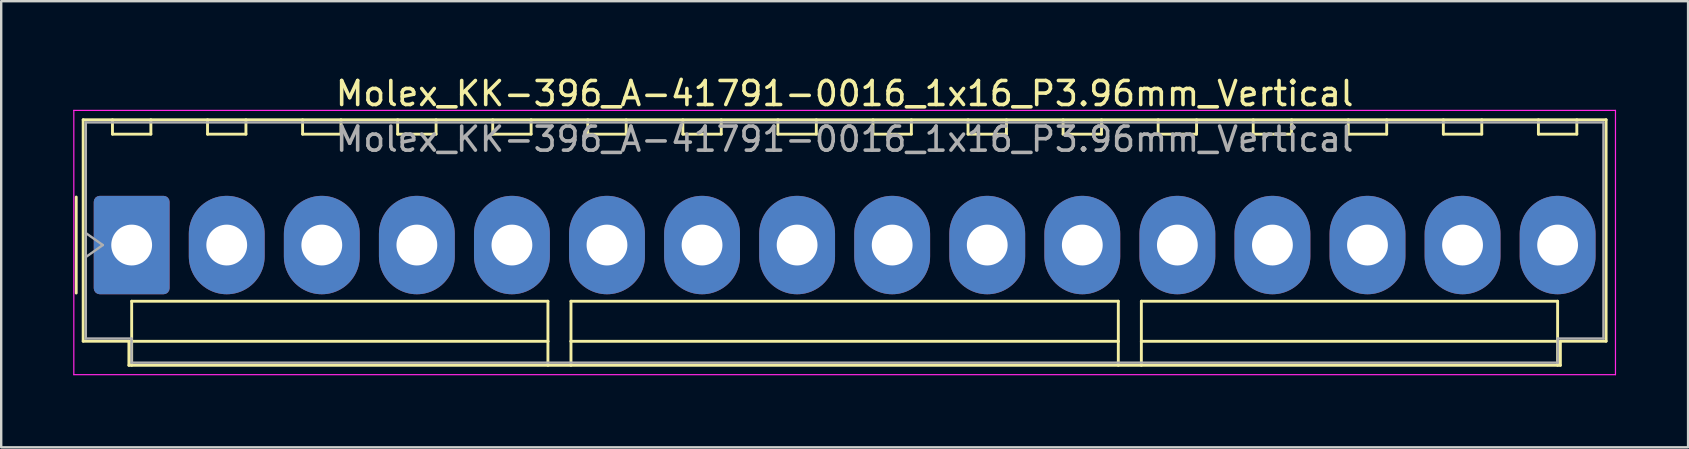
<source format=kicad_pcb>
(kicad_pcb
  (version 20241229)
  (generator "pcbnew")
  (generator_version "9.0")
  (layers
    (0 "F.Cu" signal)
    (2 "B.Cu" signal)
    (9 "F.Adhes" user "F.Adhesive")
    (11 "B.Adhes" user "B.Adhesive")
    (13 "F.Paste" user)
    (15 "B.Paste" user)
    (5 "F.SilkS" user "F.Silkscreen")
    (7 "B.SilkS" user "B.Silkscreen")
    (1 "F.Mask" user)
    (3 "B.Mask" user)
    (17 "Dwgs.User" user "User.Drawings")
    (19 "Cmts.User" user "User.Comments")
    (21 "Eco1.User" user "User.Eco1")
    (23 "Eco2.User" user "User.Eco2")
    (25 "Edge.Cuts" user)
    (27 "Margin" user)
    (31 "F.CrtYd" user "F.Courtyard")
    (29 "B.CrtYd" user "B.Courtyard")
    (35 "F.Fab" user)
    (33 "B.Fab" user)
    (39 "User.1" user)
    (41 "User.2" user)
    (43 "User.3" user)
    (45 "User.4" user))
  (footprint "Molex_KK-396_A-41791-0016_1x16_P3.96mm_Vertical"
    (layer "F.Cu")
    (at 2.435 7.158)
    (property "Reference" "Molex_KK-396_A-41791-0016_1x16_P3.96mm_Vertical" (at 29.7 -6.31 0) (layer "F.SilkS") (effects (font (size 1 1) (thickness 0.15))))
    (attr through_hole)
    (fp_line (start -2.31 -2) (end -2.31 2) (stroke (width 0.12) (type solid)) (layer "F.SilkS"))
    (fp_line (start -2.02 -5.22) (end 61.42 -5.22) (stroke (width 0.12) (type solid)) (layer "F.SilkS"))
    (fp_line (start -2.02 4.005) (end -2.02 -5.22) (stroke (width 0.12) (type solid)) (layer "F.SilkS"))
    (fp_line (start -0.8 -5.22) (end -0.8 -4.62) (stroke (width 0.12) (type solid)) (layer "F.SilkS"))
    (fp_line (start -0.8 -4.62) (end 0.8 -4.62) (stroke (width 0.12) (type solid)) (layer "F.SilkS"))
    (fp_line (start -0.115 4.005) (end -2.02 4.005) (stroke (width 0.12) (type solid)) (layer "F.SilkS"))
    (fp_line (start -0.115 5.01) (end -0.115 4.005) (stroke (width 0.12) (type solid)) (layer "F.SilkS"))
    (fp_line (start 0 2.34) (end 17.34 2.34) (stroke (width 0.12) (type solid)) (layer "F.SilkS"))
    (fp_line (start 0 4.01) (end 0 2.34) (stroke (width 0.12) (type solid)) (layer "F.SilkS"))
    (fp_line (start 0 4.01) (end 17.34 4.01) (stroke (width 0.12) (type solid)) (layer "F.SilkS"))
    (fp_line (start 0 5.01) (end 0 4.01) (stroke (width 0.12) (type solid)) (layer "F.SilkS"))
    (fp_line (start 0.8 -4.62) (end 0.8 -5.22) (stroke (width 0.12) (type solid)) (layer "F.SilkS"))
    (fp_line (start 3.16 -5.22) (end 3.16 -4.62) (stroke (width 0.12) (type solid)) (layer "F.SilkS"))
    (fp_line (start 3.16 -4.62) (end 4.76 -4.62) (stroke (width 0.12) (type solid)) (layer "F.SilkS"))
    (fp_line (start 4.76 -4.62) (end 4.76 -5.22) (stroke (width 0.12) (type solid)) (layer "F.SilkS"))
    (fp_line (start 7.12 -5.22) (end 7.12 -4.62) (stroke (width 0.12) (type solid)) (layer "F.SilkS"))
    (fp_line (start 7.12 -4.62) (end 8.72 -4.62) (stroke (width 0.12) (type solid)) (layer "F.SilkS"))
    (fp_line (start 8.72 -4.62) (end 8.72 -5.22) (stroke (width 0.12) (type solid)) (layer "F.SilkS"))
    (fp_line (start 11.08 -5.22) (end 11.08 -4.62) (stroke (width 0.12) (type solid)) (layer "F.SilkS"))
    (fp_line (start 11.08 -4.62) (end 12.68 -4.62) (stroke (width 0.12) (type solid)) (layer "F.SilkS"))
    (fp_line (start 12.68 -4.62) (end 12.68 -5.22) (stroke (width 0.12) (type solid)) (layer "F.SilkS"))
    (fp_line (start 15.04 -5.22) (end 15.04 -4.62) (stroke (width 0.12) (type solid)) (layer "F.SilkS"))
    (fp_line (start 15.04 -4.62) (end 16.64 -4.62) (stroke (width 0.12) (type solid)) (layer "F.SilkS"))
    (fp_line (start 16.64 -4.62) (end 16.64 -5.22) (stroke (width 0.12) (type solid)) (layer "F.SilkS"))
    (fp_line (start 17.34 2.34) (end 17.34 4.01) (stroke (width 0.12) (type solid)) (layer "F.SilkS"))
    (fp_line (start 17.34 4.01) (end 17.34 5.01) (stroke (width 0.12) (type solid)) (layer "F.SilkS"))
    (fp_line (start 18.3 2.34) (end 41.1 2.34) (stroke (width 0.12) (type solid)) (layer "F.SilkS"))
    (fp_line (start 18.3 4.01) (end 18.3 2.34) (stroke (width 0.12) (type solid)) (layer "F.SilkS"))
    (fp_line (start 18.3 4.01) (end 41.1 4.01) (stroke (width 0.12) (type solid)) (layer "F.SilkS"))
    (fp_line (start 18.3 5.01) (end 18.3 4.01) (stroke (width 0.12) (type solid)) (layer "F.SilkS"))
    (fp_line (start 19 -5.22) (end 19 -4.62) (stroke (width 0.12) (type solid)) (layer "F.SilkS"))
    (fp_line (start 19 -4.62) (end 20.6 -4.62) (stroke (width 0.12) (type solid)) (layer "F.SilkS"))
    (fp_line (start 20.6 -4.62) (end 20.6 -5.22) (stroke (width 0.12) (type solid)) (layer "F.SilkS"))
    (fp_line (start 22.96 -5.22) (end 22.96 -4.62) (stroke (width 0.12) (type solid)) (layer "F.SilkS"))
    (fp_line (start 22.96 -4.62) (end 24.56 -4.62) (stroke (width 0.12) (type solid)) (layer "F.SilkS"))
    (fp_line (start 24.56 -4.62) (end 24.56 -5.22) (stroke (width 0.12) (type solid)) (layer "F.SilkS"))
    (fp_line (start 26.92 -5.22) (end 26.92 -4.62) (stroke (width 0.12) (type solid)) (layer "F.SilkS"))
    (fp_line (start 26.92 -4.62) (end 28.52 -4.62) (stroke (width 0.12) (type solid)) (layer "F.SilkS"))
    (fp_line (start 28.52 -4.62) (end 28.52 -5.22) (stroke (width 0.12) (type solid)) (layer "F.SilkS"))
    (fp_line (start 30.88 -5.22) (end 30.88 -4.62) (stroke (width 0.12) (type solid)) (layer "F.SilkS"))
    (fp_line (start 30.88 -4.62) (end 32.48 -4.62) (stroke (width 0.12) (type solid)) (layer "F.SilkS"))
    (fp_line (start 32.48 -4.62) (end 32.48 -5.22) (stroke (width 0.12) (type solid)) (layer "F.SilkS"))
    (fp_line (start 34.84 -5.22) (end 34.84 -4.62) (stroke (width 0.12) (type solid)) (layer "F.SilkS"))
    (fp_line (start 34.84 -4.62) (end 36.44 -4.62) (stroke (width 0.12) (type solid)) (layer "F.SilkS"))
    (fp_line (start 36.44 -4.62) (end 36.44 -5.22) (stroke (width 0.12) (type solid)) (layer "F.SilkS"))
    (fp_line (start 38.8 -5.22) (end 38.8 -4.62) (stroke (width 0.12) (type solid)) (layer "F.SilkS"))
    (fp_line (start 38.8 -4.62) (end 40.4 -4.62) (stroke (width 0.12) (type solid)) (layer "F.SilkS"))
    (fp_line (start 40.4 -4.62) (end 40.4 -5.22) (stroke (width 0.12) (type solid)) (layer "F.SilkS"))
    (fp_line (start 41.1 2.34) (end 41.1 4.01) (stroke (width 0.12) (type solid)) (layer "F.SilkS"))
    (fp_line (start 41.1 4.01) (end 41.1 5.01) (stroke (width 0.12) (type solid)) (layer "F.SilkS"))
    (fp_line (start 42.06 2.34) (end 59.4 2.34) (stroke (width 0.12) (type solid)) (layer "F.SilkS"))
    (fp_line (start 42.06 4.01) (end 42.06 2.34) (stroke (width 0.12) (type solid)) (layer "F.SilkS"))
    (fp_line (start 42.06 4.01) (end 59.4 4.01) (stroke (width 0.12) (type solid)) (layer "F.SilkS"))
    (fp_line (start 42.06 5.01) (end 42.06 4.01) (stroke (width 0.12) (type solid)) (layer "F.SilkS"))
    (fp_line (start 42.76 -5.22) (end 42.76 -4.62) (stroke (width 0.12) (type solid)) (layer "F.SilkS"))
    (fp_line (start 42.76 -4.62) (end 44.36 -4.62) (stroke (width 0.12) (type solid)) (layer "F.SilkS"))
    (fp_line (start 44.36 -4.62) (end 44.36 -5.22) (stroke (width 0.12) (type solid)) (layer "F.SilkS"))
    (fp_line (start 46.72 -5.22) (end 46.72 -4.62) (stroke (width 0.12) (type solid)) (layer "F.SilkS"))
    (fp_line (start 46.72 -4.62) (end 48.32 -4.62) (stroke (width 0.12) (type solid)) (layer "F.SilkS"))
    (fp_line (start 48.32 -4.62) (end 48.32 -5.22) (stroke (width 0.12) (type solid)) (layer "F.SilkS"))
    (fp_line (start 50.68 -5.22) (end 50.68 -4.62) (stroke (width 0.12) (type solid)) (layer "F.SilkS"))
    (fp_line (start 50.68 -4.62) (end 52.28 -4.62) (stroke (width 0.12) (type solid)) (layer "F.SilkS"))
    (fp_line (start 52.28 -4.62) (end 52.28 -5.22) (stroke (width 0.12) (type solid)) (layer "F.SilkS"))
    (fp_line (start 54.64 -5.22) (end 54.64 -4.62) (stroke (width 0.12) (type solid)) (layer "F.SilkS"))
    (fp_line (start 54.64 -4.62) (end 56.24 -4.62) (stroke (width 0.12) (type solid)) (layer "F.SilkS"))
    (fp_line (start 56.24 -4.62) (end 56.24 -5.22) (stroke (width 0.12) (type solid)) (layer "F.SilkS"))
    (fp_line (start 58.6 -5.22) (end 58.6 -4.62) (stroke (width 0.12) (type solid)) (layer "F.SilkS"))
    (fp_line (start 58.6 -4.62) (end 60.2 -4.62) (stroke (width 0.12) (type solid)) (layer "F.SilkS"))
    (fp_line (start 59.4 2.34) (end 59.4 4.01) (stroke (width 0.12) (type solid)) (layer "F.SilkS"))
    (fp_line (start 59.4 4.01) (end 59.4 5.01) (stroke (width 0.12) (type solid)) (layer "F.SilkS"))
    (fp_line (start 59.515 4.005) (end 59.515 5.01) (stroke (width 0.12) (type solid)) (layer "F.SilkS"))
    (fp_line (start 59.515 5.01) (end -0.115 5.01) (stroke (width 0.12) (type solid)) (layer "F.SilkS"))
    (fp_line (start 60.2 -4.62) (end 60.2 -5.22) (stroke (width 0.12) (type solid)) (layer "F.SilkS"))
    (fp_line (start 61.42 -5.22) (end 61.42 4.005) (stroke (width 0.12) (type solid)) (layer "F.SilkS"))
    (fp_line (start 61.42 4.005) (end 59.515 4.005) (stroke (width 0.12) (type solid)) (layer "F.SilkS"))
    (fp_line (start -2.41 -5.61) (end -2.41 5.4) (stroke (width 0.05) (type solid)) (layer "F.CrtYd"))
    (fp_line (start -2.41 5.4) (end 61.81 5.4) (stroke (width 0.05) (type solid)) (layer "F.CrtYd"))
    (fp_line (start 61.81 -5.61) (end -2.41 -5.61) (stroke (width 0.05) (type solid)) (layer "F.CrtYd"))
    (fp_line (start 61.81 5.4) (end 61.81 -5.61) (stroke (width 0.05) (type solid)) (layer "F.CrtYd"))
    (fp_line (start -1.91 -5.11) (end 61.31 -5.11) (stroke (width 0.1) (type solid)) (layer "F.Fab"))
    (fp_line (start -1.91 -0.5) (end -1.203 0) (stroke (width 0.1) (type solid)) (layer "F.Fab"))
    (fp_line (start -1.91 3.895) (end -1.91 -5.11) (stroke (width 0.1) (type solid)) (layer "F.Fab"))
    (fp_line (start -1.203 0) (end -1.91 0.5) (stroke (width 0.1) (type solid)) (layer "F.Fab"))
    (fp_line (start -0.005 3.895) (end -1.91 3.895) (stroke (width 0.1) (type solid)) (layer "F.Fab"))
    (fp_line (start -0.005 4.9) (end -0.005 3.895) (stroke (width 0.1) (type solid)) (layer "F.Fab"))
    (fp_line (start 59.405 3.895) (end 59.405 4.9) (stroke (width 0.1) (type solid)) (layer "F.Fab"))
    (fp_line (start 59.405 4.9) (end -0.005 4.9) (stroke (width 0.1) (type solid)) (layer "F.Fab"))
    (fp_line (start 61.31 -5.11) (end 61.31 3.895) (stroke (width 0.1) (type solid)) (layer "F.Fab"))
    (fp_line (start 61.31 3.895) (end 59.405 3.895) (stroke (width 0.1) (type solid)) (layer "F.Fab"))
    (fp_text user "${REFERENCE}" (at 29.7 -4.41 0) (layer "F.Fab") (effects (font (size 1 1) (thickness 0.15))))
    (pad "1" thru_hole roundrect (at 0 0) (size 3.16 4.1) (drill 1.7) (layers "*.Cu" "*.Mask") (roundrect_rratio 0.079))
    (pad "2" thru_hole oval (at 3.96 0) (size 3.16 4.1) (drill 1.7) (layers "*.Cu" "*.Mask"))
    (pad "3" thru_hole oval (at 7.92 0) (size 3.16 4.1) (drill 1.7) (layers "*.Cu" "*.Mask"))
    (pad "4" thru_hole oval (at 11.88 0) (size 3.16 4.1) (drill 1.7) (layers "*.Cu" "*.Mask"))
    (pad "5" thru_hole oval (at 15.84 0) (size 3.16 4.1) (drill 1.7) (layers "*.Cu" "*.Mask"))
    (pad "6" thru_hole oval (at 19.8 0) (size 3.16 4.1) (drill 1.7) (layers "*.Cu" "*.Mask"))
    (pad "7" thru_hole oval (at 23.76 0) (size 3.16 4.1) (drill 1.7) (layers "*.Cu" "*.Mask"))
    (pad "8" thru_hole oval (at 27.72 0) (size 3.16 4.1) (drill 1.7) (layers "*.Cu" "*.Mask"))
    (pad "9" thru_hole oval (at 31.68 0) (size 3.16 4.1) (drill 1.7) (layers "*.Cu" "*.Mask"))
    (pad "10" thru_hole oval (at 35.64 0) (size 3.16 4.1) (drill 1.7) (layers "*.Cu" "*.Mask"))
    (pad "11" thru_hole oval (at 39.6 0) (size 3.16 4.1) (drill 1.7) (layers "*.Cu" "*.Mask"))
    (pad "12" thru_hole oval (at 43.56 0) (size 3.16 4.1) (drill 1.7) (layers "*.Cu" "*.Mask"))
    (pad "13" thru_hole oval (at 47.52 0) (size 3.16 4.1) (drill 1.7) (layers "*.Cu" "*.Mask"))
    (pad "14" thru_hole oval (at 51.48 0) (size 3.16 4.1) (drill 1.7) (layers "*.Cu" "*.Mask"))
    (pad "15" thru_hole oval (at 55.44 0) (size 3.16 4.1) (drill 1.7) (layers "*.Cu" "*.Mask"))
    (pad "16" thru_hole oval (at 59.4 0) (size 3.16 4.1) (drill 1.7) (layers "*.Cu" "*.Mask")))
  (gr_rect
    (start -3 -3)
    (end 67.27 15.583)
    (stroke (width 0.1) (type default))
    (fill no)
    (layer "Edge.Cuts")))
</source>
